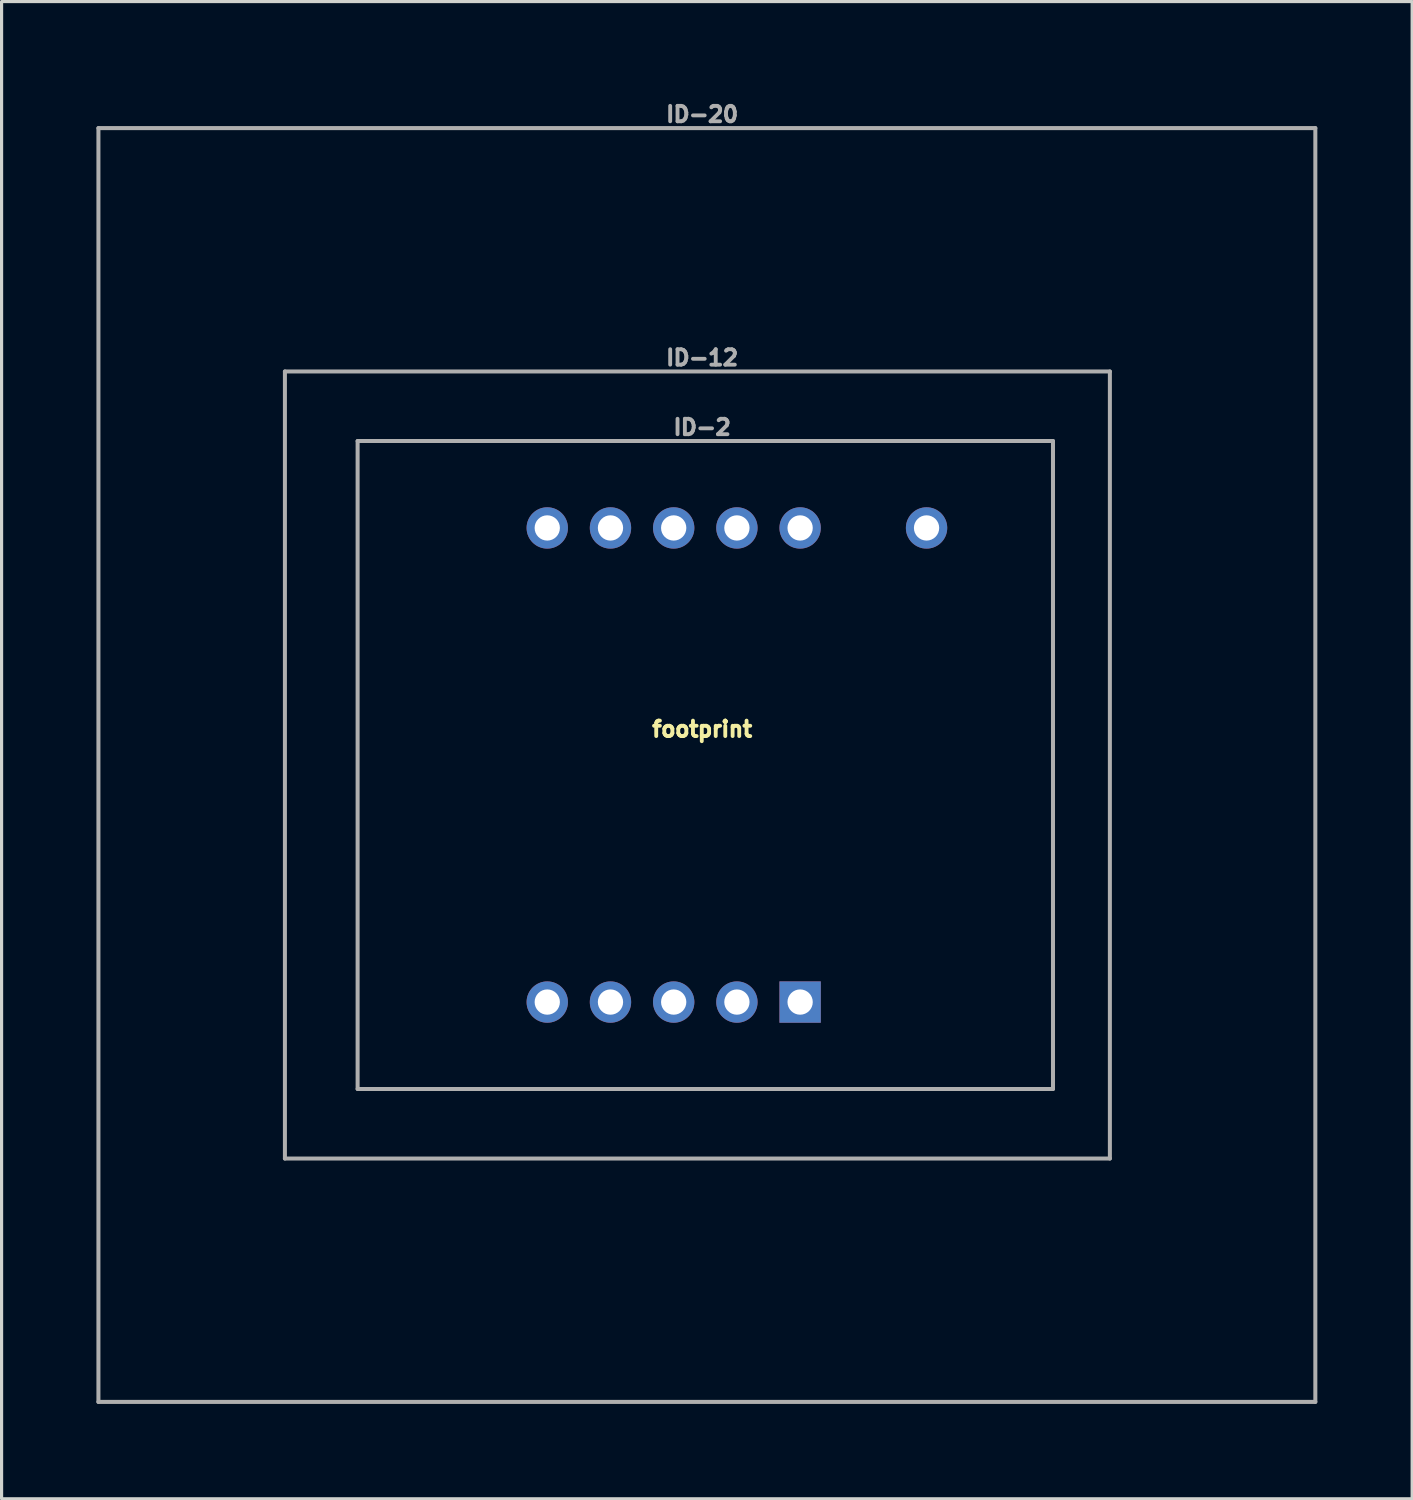
<source format=kicad_pcb>
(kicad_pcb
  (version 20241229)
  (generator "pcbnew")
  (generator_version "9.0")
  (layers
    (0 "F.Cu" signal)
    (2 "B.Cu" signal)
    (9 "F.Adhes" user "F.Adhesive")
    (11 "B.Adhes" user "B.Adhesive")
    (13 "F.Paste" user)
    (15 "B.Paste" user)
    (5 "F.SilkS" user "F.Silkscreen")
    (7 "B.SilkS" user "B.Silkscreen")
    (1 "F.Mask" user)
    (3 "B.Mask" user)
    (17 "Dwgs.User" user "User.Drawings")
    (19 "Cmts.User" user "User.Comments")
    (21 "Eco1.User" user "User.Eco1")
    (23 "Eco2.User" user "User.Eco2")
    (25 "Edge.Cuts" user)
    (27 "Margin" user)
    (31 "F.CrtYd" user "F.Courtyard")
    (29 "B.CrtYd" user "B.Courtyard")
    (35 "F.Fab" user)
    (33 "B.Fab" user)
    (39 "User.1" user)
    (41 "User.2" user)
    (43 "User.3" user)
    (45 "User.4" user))
  (footprint "footprint"
    (layer "F.Cu")
    (at 19.264 21.153)
    (property "Reference" "footprint" (at -0.1 -0.85 0) (layer "F.SilkS") (effects (font (size 0.488 0.488) (thickness 0.122)) (justify bottom)))
    (fp_line (start -19.2 -20.15) (end 19.3 -20.15) (stroke (width 0.127) (type solid)) (layer "F.Fab"))
    (fp_line (start -19.2 20.15) (end -19.2 -20.15) (stroke (width 0.127) (type solid)) (layer "F.Fab"))
    (fp_line (start -13.3 -12.45) (end -13.3 12.45) (stroke (width 0.127) (type solid)) (layer "F.Fab"))
    (fp_line (start -13.3 12.45) (end 12.8 12.45) (stroke (width 0.127) (type solid)) (layer "F.Fab"))
    (fp_line (start -11 -10.25) (end 11 -10.25) (stroke (width 0.127) (type solid)) (layer "F.Fab"))
    (fp_line (start -11 10.25) (end -11 -10.25) (stroke (width 0.127) (type solid)) (layer "F.Fab"))
    (fp_line (start 11 -10.25) (end 11 10.25) (stroke (width 0.127) (type solid)) (layer "F.Fab"))
    (fp_line (start 11 10.25) (end -11 10.25) (stroke (width 0.127) (type solid)) (layer "F.Fab"))
    (fp_line (start 12.8 -12.45) (end -13.3 -12.45) (stroke (width 0.127) (type solid)) (layer "F.Fab"))
    (fp_line (start 12.8 12.45) (end 12.8 -12.45) (stroke (width 0.127) (type solid)) (layer "F.Fab"))
    (fp_line (start 19.3 -20.15) (end 19.3 20.15) (stroke (width 0.127) (type solid)) (layer "F.Fab"))
    (fp_line (start 19.3 20.15) (end -19.2 20.15) (stroke (width 0.127) (type solid)) (layer "F.Fab"))
    (fp_text user "ID-12" (at -0.1 -12.6 0) (layer "F.Fab") (effects (font (size 0.488 0.488) (thickness 0.122)) (justify bottom)))
    (fp_text user "ID-2" (at -0.1 -10.4 0) (layer "F.Fab") (effects (font (size 0.488 0.488) (thickness 0.122)) (justify bottom)))
    (fp_text user "ID-20" (at -0.1 -20.3 0) (layer "F.Fab") (effects (font (size 0.488 0.488) (thickness 0.122)) (justify bottom)))
    (pad "1" thru_hole rect (at 3 7.5 180) (size 1.308 1.308) (drill 0.8) (layers "*.Cu" "*.Mask"))
    (pad "2" thru_hole circle (at 1 7.5 180) (size 1.308 1.308) (drill 0.8) (layers "*.Cu" "*.Mask"))
    (pad "3" thru_hole circle (at -1 7.5 180) (size 1.308 1.308) (drill 0.8) (layers "*.Cu" "*.Mask"))
    (pad "4" thru_hole circle (at -3 7.5 180) (size 1.308 1.308) (drill 0.8) (layers "*.Cu" "*.Mask"))
    (pad "5" thru_hole circle (at -5 7.5 180) (size 1.308 1.308) (drill 0.8) (layers "*.Cu" "*.Mask"))
    (pad "6" thru_hole circle (at -5 -7.5 180) (size 1.308 1.308) (drill 0.8) (layers "*.Cu" "*.Mask"))
    (pad "7" thru_hole circle (at -3 -7.5 180) (size 1.308 1.308) (drill 0.8) (layers "*.Cu" "*.Mask"))
    (pad "8" thru_hole circle (at -1 -7.5 180) (size 1.308 1.308) (drill 0.8) (layers "*.Cu" "*.Mask"))
    (pad "9" thru_hole circle (at 1 -7.5 180) (size 1.308 1.308) (drill 0.8) (layers "*.Cu" "*.Mask"))
    (pad "10" thru_hole circle (at 3 -7.5 180) (size 1.308 1.308) (drill 0.8) (layers "*.Cu" "*.Mask"))
    (pad "11" thru_hole circle (at 7 -7.5 180) (size 1.308 1.308) (drill 0.8) (layers "*.Cu" "*.Mask")))
  (gr_rect
    (start -3 -3)
    (end 41.627 44.367)
    (stroke (width 0.1) (type default))
    (fill no)
    (layer "Edge.Cuts")))
</source>
